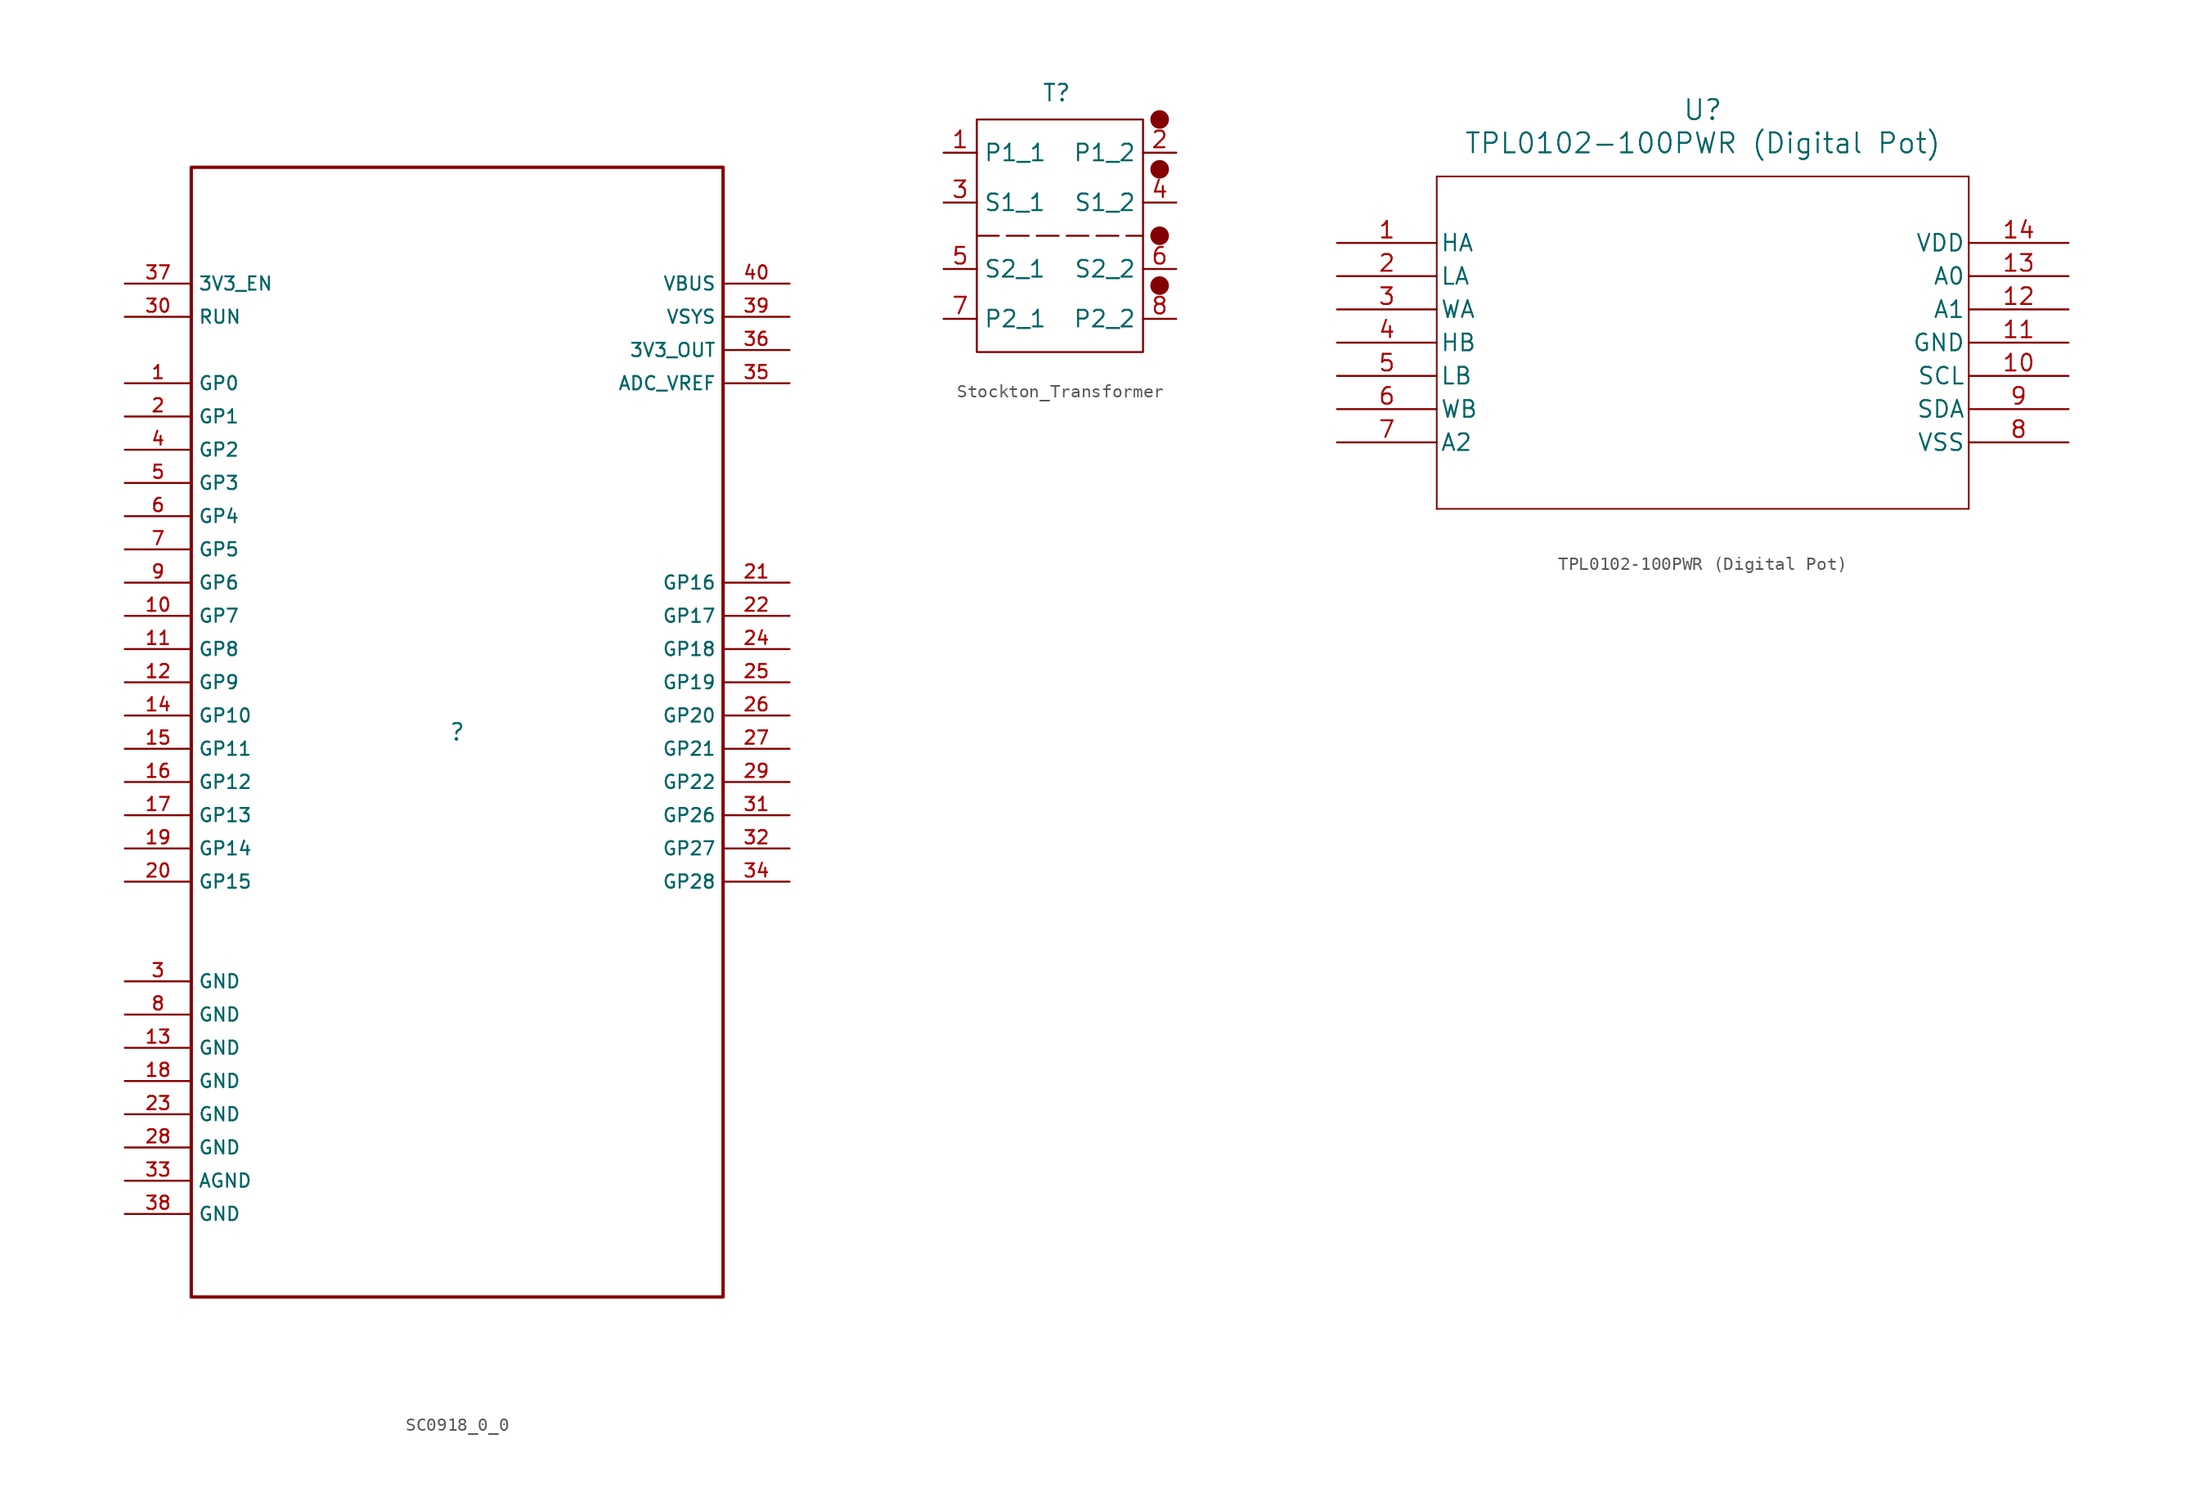
<source format=kicad_sym>
(kicad_symbol_lib
  (version 20241209)
  (generator "kicad_symbol_editor")
  (generator_version "9.0")
  (symbol "SC0918_0_0"
    (property "Reference" ""
      (at 0 0 0)
      (effects (font (size 1.27 1.27))))
    (property "Value" ""
      (at 0 0 0)
      (effects (font (size 1.27 1.27))))
    (symbol "SC0918_0_0_1_1"
      (rectangle (start -20.32 -43.18) (end 20.32 43.18) (stroke (width 0.254) (type default)) (fill (type none)))
      (pin input line (at -25.4 34.29 0) (length 5.08) (name "3V3_EN" (effects (font (size 1.016 1.016)))) (number "37" (effects (font (size 1.016 1.016)))))
      (pin input line (at -25.4 31.75 0) (length 5.08) (name "RUN" (effects (font (size 1.016 1.016)))) (number "30" (effects (font (size 1.016 1.016)))))
      (pin bidirectional line (at -25.4 26.67 0) (length 5.08) (name "GP0" (effects (font (size 1.016 1.016)))) (number "1" (effects (font (size 1.016 1.016)))))
      (pin bidirectional line (at -25.4 24.13 0) (length 5.08) (name "GP1" (effects (font (size 1.016 1.016)))) (number "2" (effects (font (size 1.016 1.016)))))
      (pin bidirectional line (at -25.4 21.59 0) (length 5.08) (name "GP2" (effects (font (size 1.016 1.016)))) (number "4" (effects (font (size 1.016 1.016)))))
      (pin bidirectional line (at -25.4 19.05 0) (length 5.08) (name "GP3" (effects (font (size 1.016 1.016)))) (number "5" (effects (font (size 1.016 1.016)))))
      (pin bidirectional line (at -25.4 16.51 0) (length 5.08) (name "GP4" (effects (font (size 1.016 1.016)))) (number "6" (effects (font (size 1.016 1.016)))))
      (pin bidirectional line (at -25.4 13.97 0) (length 5.08) (name "GP5" (effects (font (size 1.016 1.016)))) (number "7" (effects (font (size 1.016 1.016)))))
      (pin bidirectional line (at -25.4 11.43 0) (length 5.08) (name "GP6" (effects (font (size 1.016 1.016)))) (number "9" (effects (font (size 1.016 1.016)))))
      (pin bidirectional line (at -25.4 8.89 0) (length 5.08) (name "GP7" (effects (font (size 1.016 1.016)))) (number "10" (effects (font (size 1.016 1.016)))))
      (pin bidirectional line (at -25.4 6.35 0) (length 5.08) (name "GP8" (effects (font (size 1.016 1.016)))) (number "11" (effects (font (size 1.016 1.016)))))
      (pin bidirectional line (at -25.4 3.81 0) (length 5.08) (name "GP9" (effects (font (size 1.016 1.016)))) (number "12" (effects (font (size 1.016 1.016)))))
      (pin bidirectional line (at -25.4 1.27 0) (length 5.08) (name "GP10" (effects (font (size 1.016 1.016)))) (number "14" (effects (font (size 1.016 1.016)))))
      (pin bidirectional line (at -25.4 -1.27 0) (length 5.08) (name "GP11" (effects (font (size 1.016 1.016)))) (number "15" (effects (font (size 1.016 1.016)))))
      (pin bidirectional line (at -25.4 -3.81 0) (length 5.08) (name "GP12" (effects (font (size 1.016 1.016)))) (number "16" (effects (font (size 1.016 1.016)))))
      (pin bidirectional line (at -25.4 -6.35 0) (length 5.08) (name "GP13" (effects (font (size 1.016 1.016)))) (number "17" (effects (font (size 1.016 1.016)))))
      (pin bidirectional line (at -25.4 -8.89 0) (length 5.08) (name "GP14" (effects (font (size 1.016 1.016)))) (number "19" (effects (font (size 1.016 1.016)))))
      (pin bidirectional line (at -25.4 -11.43 0) (length 5.08) (name "GP15" (effects (font (size 1.016 1.016)))) (number "20" (effects (font (size 1.016 1.016)))))
      (pin power_in line (at -25.4 -19.05 0) (length 5.08) (name "GND" (effects (font (size 1.016 1.016)))) (number "3" (effects (font (size 1.016 1.016)))))
      (pin power_in line (at -25.4 -21.59 0) (length 5.08) (name "GND" (effects (font (size 1.016 1.016)))) (number "8" (effects (font (size 1.016 1.016)))))
      (pin power_in line (at -25.4 -24.13 0) (length 5.08) (name "GND" (effects (font (size 1.016 1.016)))) (number "13" (effects (font (size 1.016 1.016)))))
      (pin power_in line (at -25.4 -26.67 0) (length 5.08) (name "GND" (effects (font (size 1.016 1.016)))) (number "18" (effects (font (size 1.016 1.016)))))
      (pin power_in line (at -25.4 -29.21 0) (length 5.08) (name "GND" (effects (font (size 1.016 1.016)))) (number "23" (effects (font (size 1.016 1.016)))))
      (pin power_in line (at -25.4 -31.75 0) (length 5.08) (name "GND" (effects (font (size 1.016 1.016)))) (number "28" (effects (font (size 1.016 1.016)))))
      (pin power_in line (at -25.4 -34.29 0) (length 5.08) (name "AGND" (effects (font (size 1.016 1.016)))) (number "33" (effects (font (size 1.016 1.016)))))
      (pin power_in line (at -25.4 -36.83 0) (length 5.08) (name "GND" (effects (font (size 1.016 1.016)))) (number "38" (effects (font (size 1.016 1.016)))))
      (pin free line (at 25.4 34.29 180) (length 5.08) (name "VBUS" (effects (font (size 1.016 1.016)))) (number "40" (effects (font (size 1.016 1.016)))))
      (pin free line (at 25.4 31.75 180) (length 5.08) (name "VSYS" (effects (font (size 1.016 1.016)))) (number "39" (effects (font (size 1.016 1.016)))))
      (pin power_in line (at 25.4 29.21 180) (length 5.08) (name "3V3_OUT" (effects (font (size 1.016 1.016)))) (number "36" (effects (font (size 1.016 1.016)))))
      (pin power_in line (at 25.4 26.67 180) (length 5.08) (name "ADC_VREF" (effects (font (size 1.016 1.016)))) (number "35" (effects (font (size 1.016 1.016)))))
      (pin bidirectional line (at 25.4 11.43 180) (length 5.08) (name "GP16" (effects (font (size 1.016 1.016)))) (number "21" (effects (font (size 1.016 1.016)))))
      (pin bidirectional line (at 25.4 8.89 180) (length 5.08) (name "GP17" (effects (font (size 1.016 1.016)))) (number "22" (effects (font (size 1.016 1.016)))))
      (pin bidirectional line (at 25.4 6.35 180) (length 5.08) (name "GP18" (effects (font (size 1.016 1.016)))) (number "24" (effects (font (size 1.016 1.016)))))
      (pin bidirectional line (at 25.4 3.81 180) (length 5.08) (name "GP19" (effects (font (size 1.016 1.016)))) (number "25" (effects (font (size 1.016 1.016)))))
      (pin bidirectional line (at 25.4 1.27 180) (length 5.08) (name "GP20" (effects (font (size 1.016 1.016)))) (number "26" (effects (font (size 1.016 1.016)))))
      (pin bidirectional line (at 25.4 -1.27 180) (length 5.08) (name "GP21" (effects (font (size 1.016 1.016)))) (number "27" (effects (font (size 1.016 1.016)))))
      (pin bidirectional line (at 25.4 -3.81 180) (length 5.08) (name "GP22" (effects (font (size 1.016 1.016)))) (number "29" (effects (font (size 1.016 1.016)))))
      (pin bidirectional line (at 25.4 -6.35 180) (length 5.08) (name "GP26" (effects (font (size 1.016 1.016)))) (number "31" (effects (font (size 1.016 1.016)))))
      (pin bidirectional line (at 25.4 -8.89 180) (length 5.08) (name "GP27" (effects (font (size 1.016 1.016)))) (number "32" (effects (font (size 1.016 1.016)))))
      (pin bidirectional line (at 25.4 -11.43 180) (length 5.08) (name "GP28" (effects (font (size 1.016 1.016)))) (number "34" (effects (font (size 1.016 1.016)))))))
  (symbol "Stockton_Transformer"
    (property "Reference" "T"
      (at -6.604 9.652 0)
      (effects (font (size 1.27 1.27))))
    (property "Value" ""
      (at 0 -1.27 0)
      (effects (font (size 1.27 1.27))))
    (symbol "Stockton_Transformer_1_0"
      (pin input line (at -15.24 5.08 0) (length 2.54) (name "P1_1" (effects (font (size 1.27 1.27)))) (number "1" (effects (font (size 1.27 1.27)))))
      (pin input line (at -15.24 1.27 0) (length 2.54) (name "S1_1" (effects (font (size 1.27 1.27)))) (number "3" (effects (font (size 1.27 1.27)))))
      (pin input line (at -15.24 -3.81 0) (length 2.54) (name "S2_1" (effects (font (size 1.27 1.27)))) (number "5" (effects (font (size 1.27 1.27)))))
      (pin input line (at -15.24 -7.62 0) (length 2.54) (name "P2_1" (effects (font (size 1.27 1.27)))) (number "7" (effects (font (size 1.27 1.27)))))
      (pin input line (at 2.54 5.08 180) (length 2.54) (name "P1_2" (effects (font (size 1.27 1.27)))) (number "2" (effects (font (size 1.27 1.27)))))
      (pin input line (at 2.54 1.27 180) (length 2.54) (name "S1_2" (effects (font (size 1.27 1.27)))) (number "4" (effects (font (size 1.27 1.27)))))
      (pin input line (at 2.54 -3.81 180) (length 2.54) (name "S2_2" (effects (font (size 1.27 1.27)))) (number "6" (effects (font (size 1.27 1.27)))))
      (pin input line (at 2.54 -7.62 180) (length 2.54) (name "P2_2" (effects (font (size 1.27 1.27)))) (number "8" (effects (font (size 1.27 1.27))))))
    (symbol "Stockton_Transformer_1_1"
      (rectangle (start -12.7 7.62) (end 0 -10.16) (stroke (width 0) (type default)) (fill (type none)))
      (polyline (pts (xy -12.7 -1.27) (xy 0 -1.27)) (stroke (width 0) (type dash)) (fill (type none)))
      (circle (center 1.27 7.62) (radius 0.635) (stroke (width 0) (type default)) (fill (type outline)))
      (circle (center 1.27 3.81) (radius 0.635) (stroke (width 0) (type default)) (fill (type outline)))
      (circle (center 1.27 -1.27) (radius 0.635) (stroke (width 0) (type default)) (fill (type outline)))
      (circle (center 1.27 -5.08) (radius 0.635) (stroke (width 0) (type default)) (fill (type outline)))))
  (symbol "TPL0102-100PWR (Digital Pot)"
    (pin_names
      (offset 0.254))
    (property "Reference" "U"
      (at 27.94 10.16 0)
      (effects (font (size 1.524 1.524))))
    (property "Value" "TPL0102-100PWR (Digital Pot)"
      (at 27.94 7.62 0)
      (effects (font (size 1.524 1.524))))
    (property "ki_locked" ""
      (at 0 0 0)
      (effects (font (size 1.27 1.27))))
    (symbol "TPL0102-100PWR (Digital Pot)_0_1"
      (polyline (pts (xy 7.62 5.08) (xy 7.62 -20.32)) (stroke (width 0.127) (type default)) (fill (type none)))
      (polyline (pts (xy 7.62 -20.32) (xy 48.26 -20.32)) (stroke (width 0.127) (type default)) (fill (type none)))
      (polyline (pts (xy 48.26 5.08) (xy 7.62 5.08)) (stroke (width 0.127) (type default)) (fill (type none)))
      (polyline (pts (xy 48.26 -20.32) (xy 48.26 5.08)) (stroke (width 0.127) (type default)) (fill (type none)))
      (pin bidirectional line (at 0 0 0) (length 7.62) (name "HA" (effects (font (size 1.27 1.27)))) (number "1" (effects (font (size 1.27 1.27)))))
      (pin bidirectional line (at 0 -2.54 0) (length 7.62) (name "LA" (effects (font (size 1.27 1.27)))) (number "2" (effects (font (size 1.27 1.27)))))
      (pin bidirectional line (at 0 -5.08 0) (length 7.62) (name "WA" (effects (font (size 1.27 1.27)))) (number "3" (effects (font (size 1.27 1.27)))))
      (pin bidirectional line (at 0 -7.62 0) (length 7.62) (name "HB" (effects (font (size 1.27 1.27)))) (number "4" (effects (font (size 1.27 1.27)))))
      (pin bidirectional line (at 0 -10.16 0) (length 7.62) (name "LB" (effects (font (size 1.27 1.27)))) (number "5" (effects (font (size 1.27 1.27)))))
      (pin bidirectional line (at 0 -12.7 0) (length 7.62) (name "WB" (effects (font (size 1.27 1.27)))) (number "6" (effects (font (size 1.27 1.27)))))
      (pin input line (at 0 -15.24 0) (length 7.62) (name "A2" (effects (font (size 1.27 1.27)))) (number "7" (effects (font (size 1.27 1.27)))))
      (pin power_in line (at 55.88 0 180) (length 7.62) (name "VDD" (effects (font (size 1.27 1.27)))) (number "14" (effects (font (size 1.27 1.27)))))
      (pin input line (at 55.88 -2.54 180) (length 7.62) (name "A0" (effects (font (size 1.27 1.27)))) (number "13" (effects (font (size 1.27 1.27)))))
      (pin input line (at 55.88 -5.08 180) (length 7.62) (name "A1" (effects (font (size 1.27 1.27)))) (number "12" (effects (font (size 1.27 1.27)))))
      (pin power_in line (at 55.88 -7.62 180) (length 7.62) (name "GND" (effects (font (size 1.27 1.27)))) (number "11" (effects (font (size 1.27 1.27)))))
      (pin input line (at 55.88 -10.16 180) (length 7.62) (name "SCL" (effects (font (size 1.27 1.27)))) (number "10" (effects (font (size 1.27 1.27)))))
      (pin bidirectional line (at 55.88 -12.7 180) (length 7.62) (name "SDA" (effects (font (size 1.27 1.27)))) (number "9" (effects (font (size 1.27 1.27)))))
      (pin power_in line (at 55.88 -15.24 180) (length 7.62) (name "VSS" (effects (font (size 1.27 1.27)))) (number "8" (effects (font (size 1.27 1.27))))))))
</source>
